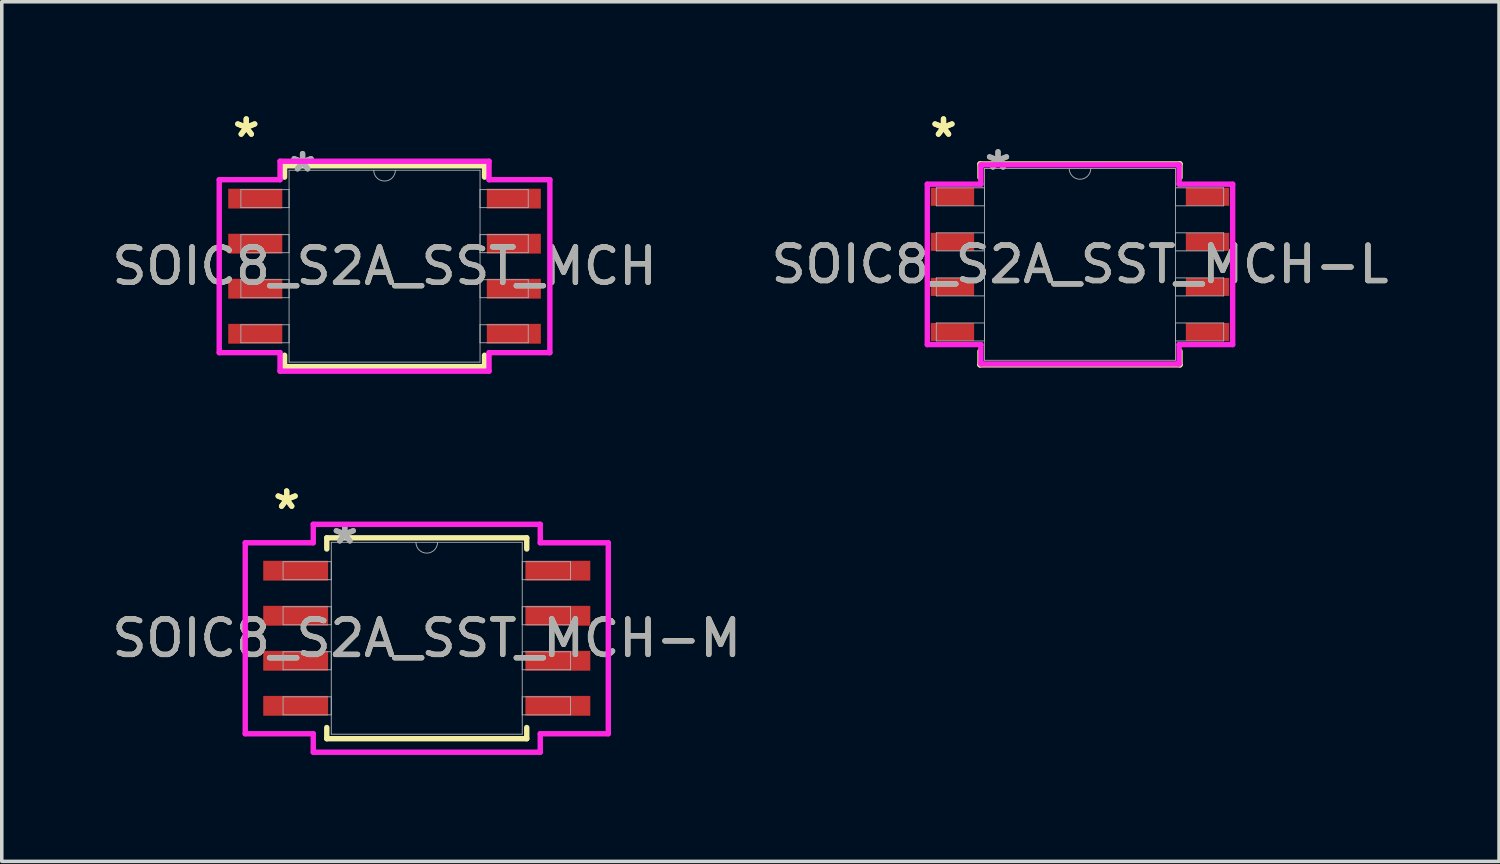
<source format=kicad_pcb>
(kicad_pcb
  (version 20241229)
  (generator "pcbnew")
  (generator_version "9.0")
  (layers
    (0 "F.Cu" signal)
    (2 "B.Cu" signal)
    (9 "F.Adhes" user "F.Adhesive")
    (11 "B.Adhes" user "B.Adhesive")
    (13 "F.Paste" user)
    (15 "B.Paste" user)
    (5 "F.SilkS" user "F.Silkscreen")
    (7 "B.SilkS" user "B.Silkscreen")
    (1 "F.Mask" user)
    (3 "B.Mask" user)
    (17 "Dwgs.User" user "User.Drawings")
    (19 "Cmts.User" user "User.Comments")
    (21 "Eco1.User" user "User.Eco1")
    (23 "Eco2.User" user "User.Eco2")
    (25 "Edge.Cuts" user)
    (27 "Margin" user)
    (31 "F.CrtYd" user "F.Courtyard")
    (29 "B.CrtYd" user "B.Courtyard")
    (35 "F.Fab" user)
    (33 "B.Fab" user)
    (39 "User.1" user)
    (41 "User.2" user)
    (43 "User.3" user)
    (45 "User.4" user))
  (footprint "SOIC8_S2A_SST_MCH-M"
    (layer "F.Cu")
    (at 8.982 14.945)
    (property "Reference" "SOIC8_S2A_SST_MCH-M" (at 0 0 0) (unlocked yes) (layer "F.SilkS") (effects (font (size 1 1) (thickness 0.15))))
    (attr smd)
    (fp_line (start -2.819 -2.832) (end -2.819 -2.517) (stroke (width 0.152) (type solid)) (layer "F.SilkS"))
    (fp_line (start -2.819 2.517) (end -2.819 2.832) (stroke (width 0.152) (type solid)) (layer "F.SilkS"))
    (fp_line (start -2.819 2.832) (end 2.819 2.832) (stroke (width 0.152) (type solid)) (layer "F.SilkS"))
    (fp_line (start 2.819 -2.832) (end -2.819 -2.832) (stroke (width 0.152) (type solid)) (layer "F.SilkS"))
    (fp_line (start 2.819 -2.517) (end 2.819 -2.832) (stroke (width 0.152) (type solid)) (layer "F.SilkS"))
    (fp_line (start 2.819 2.832) (end 2.819 2.517) (stroke (width 0.152) (type solid)) (layer "F.SilkS"))
    (fp_line (start -5.118 -2.692) (end -3.2 -2.692) (stroke (width 0.152) (type solid)) (layer "F.CrtYd"))
    (fp_line (start -5.118 2.692) (end -5.118 -2.692) (stroke (width 0.152) (type solid)) (layer "F.CrtYd"))
    (fp_line (start -5.118 2.692) (end -3.2 2.692) (stroke (width 0.152) (type solid)) (layer "F.CrtYd"))
    (fp_line (start -3.2 -3.213) (end 3.2 -3.213) (stroke (width 0.152) (type solid)) (layer "F.CrtYd"))
    (fp_line (start -3.2 -2.692) (end -3.2 -3.213) (stroke (width 0.152) (type solid)) (layer "F.CrtYd"))
    (fp_line (start -3.2 3.213) (end -3.2 2.692) (stroke (width 0.152) (type solid)) (layer "F.CrtYd"))
    (fp_line (start 3.2 -3.213) (end 3.2 -2.692) (stroke (width 0.152) (type solid)) (layer "F.CrtYd"))
    (fp_line (start 3.2 2.692) (end 3.2 3.213) (stroke (width 0.152) (type solid)) (layer "F.CrtYd"))
    (fp_line (start 3.2 3.213) (end -3.2 3.213) (stroke (width 0.152) (type solid)) (layer "F.CrtYd"))
    (fp_line (start 5.118 -2.692) (end 3.2 -2.692) (stroke (width 0.152) (type solid)) (layer "F.CrtYd"))
    (fp_line (start 5.118 -2.692) (end 5.118 2.692) (stroke (width 0.152) (type solid)) (layer "F.CrtYd"))
    (fp_line (start 5.118 2.692) (end 3.2 2.692) (stroke (width 0.152) (type solid)) (layer "F.CrtYd"))
    (fp_line (start -4.051 -2.159) (end -4.051 -1.651) (stroke (width 0.025) (type solid)) (layer "F.Fab"))
    (fp_line (start -4.051 -1.651) (end -2.692 -1.651) (stroke (width 0.025) (type solid)) (layer "F.Fab"))
    (fp_line (start -4.051 -0.889) (end -4.051 -0.381) (stroke (width 0.025) (type solid)) (layer "F.Fab"))
    (fp_line (start -4.051 -0.381) (end -2.692 -0.381) (stroke (width 0.025) (type solid)) (layer "F.Fab"))
    (fp_line (start -4.051 0.381) (end -4.051 0.889) (stroke (width 0.025) (type solid)) (layer "F.Fab"))
    (fp_line (start -4.051 0.889) (end -2.692 0.889) (stroke (width 0.025) (type solid)) (layer "F.Fab"))
    (fp_line (start -4.051 1.651) (end -4.051 2.159) (stroke (width 0.025) (type solid)) (layer "F.Fab"))
    (fp_line (start -4.051 2.159) (end -2.692 2.159) (stroke (width 0.025) (type solid)) (layer "F.Fab"))
    (fp_line (start -2.692 -2.705) (end -2.692 2.705) (stroke (width 0.025) (type solid)) (layer "F.Fab"))
    (fp_line (start -2.692 -2.159) (end -4.051 -2.159) (stroke (width 0.025) (type solid)) (layer "F.Fab"))
    (fp_line (start -2.692 -1.651) (end -2.692 -2.159) (stroke (width 0.025) (type solid)) (layer "F.Fab"))
    (fp_line (start -2.692 -0.889) (end -4.051 -0.889) (stroke (width 0.025) (type solid)) (layer "F.Fab"))
    (fp_line (start -2.692 -0.381) (end -2.692 -0.889) (stroke (width 0.025) (type solid)) (layer "F.Fab"))
    (fp_line (start -2.692 0.381) (end -4.051 0.381) (stroke (width 0.025) (type solid)) (layer "F.Fab"))
    (fp_line (start -2.692 0.889) (end -2.692 0.381) (stroke (width 0.025) (type solid)) (layer "F.Fab"))
    (fp_line (start -2.692 1.651) (end -4.051 1.651) (stroke (width 0.025) (type solid)) (layer "F.Fab"))
    (fp_line (start -2.692 2.159) (end -2.692 1.651) (stroke (width 0.025) (type solid)) (layer "F.Fab"))
    (fp_line (start -2.692 2.705) (end 2.692 2.705) (stroke (width 0.025) (type solid)) (layer "F.Fab"))
    (fp_line (start 2.692 -2.705) (end -2.692 -2.705) (stroke (width 0.025) (type solid)) (layer "F.Fab"))
    (fp_line (start 2.692 -2.159) (end 2.692 -1.651) (stroke (width 0.025) (type solid)) (layer "F.Fab"))
    (fp_line (start 2.692 -1.651) (end 4.051 -1.651) (stroke (width 0.025) (type solid)) (layer "F.Fab"))
    (fp_line (start 2.692 -0.889) (end 2.692 -0.381) (stroke (width 0.025) (type solid)) (layer "F.Fab"))
    (fp_line (start 2.692 -0.381) (end 4.051 -0.381) (stroke (width 0.025) (type solid)) (layer "F.Fab"))
    (fp_line (start 2.692 0.381) (end 2.692 0.889) (stroke (width 0.025) (type solid)) (layer "F.Fab"))
    (fp_line (start 2.692 0.889) (end 4.051 0.889) (stroke (width 0.025) (type solid)) (layer "F.Fab"))
    (fp_line (start 2.692 1.651) (end 2.692 2.159) (stroke (width 0.025) (type solid)) (layer "F.Fab"))
    (fp_line (start 2.692 2.159) (end 4.051 2.159) (stroke (width 0.025) (type solid)) (layer "F.Fab"))
    (fp_line (start 2.692 2.705) (end 2.692 -2.705) (stroke (width 0.025) (type solid)) (layer "F.Fab"))
    (fp_line (start 4.051 -2.159) (end 2.692 -2.159) (stroke (width 0.025) (type solid)) (layer "F.Fab"))
    (fp_line (start 4.051 -1.651) (end 4.051 -2.159) (stroke (width 0.025) (type solid)) (layer "F.Fab"))
    (fp_line (start 4.051 -0.889) (end 2.692 -0.889) (stroke (width 0.025) (type solid)) (layer "F.Fab"))
    (fp_line (start 4.051 -0.381) (end 4.051 -0.889) (stroke (width 0.025) (type solid)) (layer "F.Fab"))
    (fp_line (start 4.051 0.381) (end 2.692 0.381) (stroke (width 0.025) (type solid)) (layer "F.Fab"))
    (fp_line (start 4.051 0.889) (end 4.051 0.381) (stroke (width 0.025) (type solid)) (layer "F.Fab"))
    (fp_line (start 4.051 1.651) (end 2.692 1.651) (stroke (width 0.025) (type solid)) (layer "F.Fab"))
    (fp_line (start 4.051 2.159) (end 4.051 1.651) (stroke (width 0.025) (type solid)) (layer "F.Fab"))
    (fp_arc (start 0.3048 -2.7051) (mid 0 -2.4003) (end -0.3048 -2.7051) (stroke (width 0.0254) (type solid)) (layer "F.Fab"))
    (fp_text user "*" (at -3.95 -3.607 0) (layer "F.SilkS") (effects (font (size 1 1) (thickness 0.15))))
    (fp_text user "*" (at -3.95 -3.607 0) (unlocked yes) (layer "F.SilkS") (effects (font (size 1 1) (thickness 0.15))))
    (fp_text user "*" (at -2.311 -2.629 0) (unlocked yes) (layer "F.Fab") (effects (font (size 1 1) (thickness 0.15))))
    (fp_text user "*" (at -2.311 -2.629 0) (layer "F.Fab") (effects (font (size 1 1) (thickness 0.15))))
    (fp_text user "${REFERENCE}" (at 0 0 0) (unlocked yes) (layer "F.Fab") (effects (font (size 1 1) (thickness 0.15))))
    (pad "1" smd rect (at -3.696 -1.905) (size 1.829 0.559) (layers "F.Cu" "F.Mask" "F.Paste"))
    (pad "2" smd rect (at -3.696 -0.635) (size 1.829 0.559) (layers "F.Cu" "F.Mask" "F.Paste"))
    (pad "3" smd rect (at -3.696 0.635) (size 1.829 0.559) (layers "F.Cu" "F.Mask" "F.Paste"))
    (pad "4" smd rect (at -3.696 1.905) (size 1.829 0.559) (layers "F.Cu" "F.Mask" "F.Paste"))
    (pad "5" smd rect (at 3.696 1.905) (size 1.829 0.559) (layers "F.Cu" "F.Mask" "F.Paste"))
    (pad "6" smd rect (at 3.696 0.635) (size 1.829 0.559) (layers "F.Cu" "F.Mask" "F.Paste"))
    (pad "7" smd rect (at 3.696 -0.635) (size 1.829 0.559) (layers "F.Cu" "F.Mask" "F.Paste"))
    (pad "8" smd rect (at 3.696 -1.905) (size 1.829 0.559) (layers "F.Cu" "F.Mask" "F.Paste")))
  (footprint "SOIC8_S2A_SST_MCH-L"
    (layer "F.Cu")
    (at 27.399 4.404)
    (property "Reference" "SOIC8_S2A_SST_MCH-L" (at 0 0 0) (unlocked yes) (layer "F.SilkS") (effects (font (size 1 1) (thickness 0.15))))
    (attr smd)
    (fp_line (start -2.819 -2.832) (end -2.819 -2.448) (stroke (width 0.152) (type solid)) (layer "F.SilkS"))
    (fp_line (start -2.819 2.448) (end -2.819 2.832) (stroke (width 0.152) (type solid)) (layer "F.SilkS"))
    (fp_line (start -2.819 2.832) (end 2.819 2.832) (stroke (width 0.152) (type solid)) (layer "F.SilkS"))
    (fp_line (start 2.819 -2.832) (end -2.819 -2.832) (stroke (width 0.152) (type solid)) (layer "F.SilkS"))
    (fp_line (start 2.819 -2.448) (end 2.819 -2.832) (stroke (width 0.152) (type solid)) (layer "F.SilkS"))
    (fp_line (start 2.819 2.832) (end 2.819 2.448) (stroke (width 0.152) (type solid)) (layer "F.SilkS"))
    (fp_line (start -4.305 -2.261) (end -2.794 -2.261) (stroke (width 0.152) (type solid)) (layer "F.CrtYd"))
    (fp_line (start -4.305 2.261) (end -4.305 -2.261) (stroke (width 0.152) (type solid)) (layer "F.CrtYd"))
    (fp_line (start -4.305 2.261) (end -2.794 2.261) (stroke (width 0.152) (type solid)) (layer "F.CrtYd"))
    (fp_line (start -2.794 -2.807) (end 2.794 -2.807) (stroke (width 0.152) (type solid)) (layer "F.CrtYd"))
    (fp_line (start -2.794 -2.261) (end -2.794 -2.807) (stroke (width 0.152) (type solid)) (layer "F.CrtYd"))
    (fp_line (start -2.794 2.807) (end -2.794 2.261) (stroke (width 0.152) (type solid)) (layer "F.CrtYd"))
    (fp_line (start 2.794 -2.807) (end 2.794 -2.261) (stroke (width 0.152) (type solid)) (layer "F.CrtYd"))
    (fp_line (start 2.794 2.261) (end 2.794 2.807) (stroke (width 0.152) (type solid)) (layer "F.CrtYd"))
    (fp_line (start 2.794 2.807) (end -2.794 2.807) (stroke (width 0.152) (type solid)) (layer "F.CrtYd"))
    (fp_line (start 4.305 -2.261) (end 2.794 -2.261) (stroke (width 0.152) (type solid)) (layer "F.CrtYd"))
    (fp_line (start 4.305 -2.261) (end 4.305 2.261) (stroke (width 0.152) (type solid)) (layer "F.CrtYd"))
    (fp_line (start 4.305 2.261) (end 2.794 2.261) (stroke (width 0.152) (type solid)) (layer "F.CrtYd"))
    (fp_line (start -4.051 -2.159) (end -4.051 -1.651) (stroke (width 0.025) (type solid)) (layer "F.Fab"))
    (fp_line (start -4.051 -1.651) (end -2.692 -1.651) (stroke (width 0.025) (type solid)) (layer "F.Fab"))
    (fp_line (start -4.051 -0.889) (end -4.051 -0.381) (stroke (width 0.025) (type solid)) (layer "F.Fab"))
    (fp_line (start -4.051 -0.381) (end -2.692 -0.381) (stroke (width 0.025) (type solid)) (layer "F.Fab"))
    (fp_line (start -4.051 0.381) (end -4.051 0.889) (stroke (width 0.025) (type solid)) (layer "F.Fab"))
    (fp_line (start -4.051 0.889) (end -2.692 0.889) (stroke (width 0.025) (type solid)) (layer "F.Fab"))
    (fp_line (start -4.051 1.651) (end -4.051 2.159) (stroke (width 0.025) (type solid)) (layer "F.Fab"))
    (fp_line (start -4.051 2.159) (end -2.692 2.159) (stroke (width 0.025) (type solid)) (layer "F.Fab"))
    (fp_line (start -2.692 -2.705) (end -2.692 2.705) (stroke (width 0.025) (type solid)) (layer "F.Fab"))
    (fp_line (start -2.692 -2.159) (end -4.051 -2.159) (stroke (width 0.025) (type solid)) (layer "F.Fab"))
    (fp_line (start -2.692 -1.651) (end -2.692 -2.159) (stroke (width 0.025) (type solid)) (layer "F.Fab"))
    (fp_line (start -2.692 -0.889) (end -4.051 -0.889) (stroke (width 0.025) (type solid)) (layer "F.Fab"))
    (fp_line (start -2.692 -0.381) (end -2.692 -0.889) (stroke (width 0.025) (type solid)) (layer "F.Fab"))
    (fp_line (start -2.692 0.381) (end -4.051 0.381) (stroke (width 0.025) (type solid)) (layer "F.Fab"))
    (fp_line (start -2.692 0.889) (end -2.692 0.381) (stroke (width 0.025) (type solid)) (layer "F.Fab"))
    (fp_line (start -2.692 1.651) (end -4.051 1.651) (stroke (width 0.025) (type solid)) (layer "F.Fab"))
    (fp_line (start -2.692 2.159) (end -2.692 1.651) (stroke (width 0.025) (type solid)) (layer "F.Fab"))
    (fp_line (start -2.692 2.705) (end 2.692 2.705) (stroke (width 0.025) (type solid)) (layer "F.Fab"))
    (fp_line (start 2.692 -2.705) (end -2.692 -2.705) (stroke (width 0.025) (type solid)) (layer "F.Fab"))
    (fp_line (start 2.692 -2.159) (end 2.692 -1.651) (stroke (width 0.025) (type solid)) (layer "F.Fab"))
    (fp_line (start 2.692 -1.651) (end 4.051 -1.651) (stroke (width 0.025) (type solid)) (layer "F.Fab"))
    (fp_line (start 2.692 -0.889) (end 2.692 -0.381) (stroke (width 0.025) (type solid)) (layer "F.Fab"))
    (fp_line (start 2.692 -0.381) (end 4.051 -0.381) (stroke (width 0.025) (type solid)) (layer "F.Fab"))
    (fp_line (start 2.692 0.381) (end 2.692 0.889) (stroke (width 0.025) (type solid)) (layer "F.Fab"))
    (fp_line (start 2.692 0.889) (end 4.051 0.889) (stroke (width 0.025) (type solid)) (layer "F.Fab"))
    (fp_line (start 2.692 1.651) (end 2.692 2.159) (stroke (width 0.025) (type solid)) (layer "F.Fab"))
    (fp_line (start 2.692 2.159) (end 4.051 2.159) (stroke (width 0.025) (type solid)) (layer "F.Fab"))
    (fp_line (start 2.692 2.705) (end 2.692 -2.705) (stroke (width 0.025) (type solid)) (layer "F.Fab"))
    (fp_line (start 4.051 -2.159) (end 2.692 -2.159) (stroke (width 0.025) (type solid)) (layer "F.Fab"))
    (fp_line (start 4.051 -1.651) (end 4.051 -2.159) (stroke (width 0.025) (type solid)) (layer "F.Fab"))
    (fp_line (start 4.051 -0.889) (end 2.692 -0.889) (stroke (width 0.025) (type solid)) (layer "F.Fab"))
    (fp_line (start 4.051 -0.381) (end 4.051 -0.889) (stroke (width 0.025) (type solid)) (layer "F.Fab"))
    (fp_line (start 4.051 0.381) (end 2.692 0.381) (stroke (width 0.025) (type solid)) (layer "F.Fab"))
    (fp_line (start 4.051 0.889) (end 4.051 0.381) (stroke (width 0.025) (type solid)) (layer "F.Fab"))
    (fp_line (start 4.051 1.651) (end 2.692 1.651) (stroke (width 0.025) (type solid)) (layer "F.Fab"))
    (fp_line (start 4.051 2.159) (end 4.051 1.651) (stroke (width 0.025) (type solid)) (layer "F.Fab"))
    (fp_arc (start 0.3048 -2.7051) (mid 0 -2.4003) (end -0.3048 -2.7051) (stroke (width 0.0254) (type solid)) (layer "F.Fab"))
    (fp_text user "*" (at -3.848 -3.556 0) (layer "F.SilkS") (effects (font (size 1 1) (thickness 0.15))))
    (fp_text user "*" (at -3.848 -3.556 0) (unlocked yes) (layer "F.SilkS") (effects (font (size 1 1) (thickness 0.15))))
    (fp_text user "*" (at -2.311 -2.629 0) (layer "F.Fab") (effects (font (size 1 1) (thickness 0.15))))
    (fp_text user "*" (at -2.311 -2.629 0) (unlocked yes) (layer "F.Fab") (effects (font (size 1 1) (thickness 0.15))))
    (fp_text user "${REFERENCE}" (at 0 0 0) (unlocked yes) (layer "F.Fab") (effects (font (size 1 1) (thickness 0.15))))
    (pad "1" smd rect (at -3.594 -1.905) (size 1.219 0.508) (layers "F.Cu" "F.Mask" "F.Paste"))
    (pad "2" smd rect (at -3.594 -0.635) (size 1.219 0.508) (layers "F.Cu" "F.Mask" "F.Paste"))
    (pad "3" smd rect (at -3.594 0.635) (size 1.219 0.508) (layers "F.Cu" "F.Mask" "F.Paste"))
    (pad "4" smd rect (at -3.594 1.905) (size 1.219 0.508) (layers "F.Cu" "F.Mask" "F.Paste"))
    (pad "5" smd rect (at 3.594 1.905) (size 1.219 0.508) (layers "F.Cu" "F.Mask" "F.Paste"))
    (pad "6" smd rect (at 3.594 0.635) (size 1.219 0.508) (layers "F.Cu" "F.Mask" "F.Paste"))
    (pad "7" smd rect (at 3.594 -0.635) (size 1.219 0.508) (layers "F.Cu" "F.Mask" "F.Paste"))
    (pad "8" smd rect (at 3.594 -1.905) (size 1.219 0.508) (layers "F.Cu" "F.Mask" "F.Paste")))
  (footprint "SOIC8_S2A_SST_MCH"
    (layer "F.Cu")
    (at 7.792 4.455)
    (property "Reference" "SOIC8_S2A_SST_MCH" (at 0 0 0) (unlocked yes) (layer "F.SilkS") (effects (font (size 1 1) (thickness 0.15))))
    (attr smd)
    (fp_line (start -2.819 -2.832) (end -2.819 -2.511) (stroke (width 0.152) (type solid)) (layer "F.SilkS"))
    (fp_line (start -2.819 2.511) (end -2.819 2.832) (stroke (width 0.152) (type solid)) (layer "F.SilkS"))
    (fp_line (start -2.819 2.832) (end 2.819 2.832) (stroke (width 0.152) (type solid)) (layer "F.SilkS"))
    (fp_line (start 2.819 -2.832) (end -2.819 -2.832) (stroke (width 0.152) (type solid)) (layer "F.SilkS"))
    (fp_line (start 2.819 -2.511) (end 2.819 -2.832) (stroke (width 0.152) (type solid)) (layer "F.SilkS"))
    (fp_line (start 2.819 2.832) (end 2.819 2.511) (stroke (width 0.152) (type solid)) (layer "F.SilkS"))
    (fp_line (start -4.661 -2.438) (end -2.946 -2.438) (stroke (width 0.152) (type solid)) (layer "F.CrtYd"))
    (fp_line (start -4.661 2.438) (end -4.661 -2.438) (stroke (width 0.152) (type solid)) (layer "F.CrtYd"))
    (fp_line (start -4.661 2.438) (end -2.946 2.438) (stroke (width 0.152) (type solid)) (layer "F.CrtYd"))
    (fp_line (start -2.946 -2.959) (end 2.946 -2.959) (stroke (width 0.152) (type solid)) (layer "F.CrtYd"))
    (fp_line (start -2.946 -2.438) (end -2.946 -2.959) (stroke (width 0.152) (type solid)) (layer "F.CrtYd"))
    (fp_line (start -2.946 2.959) (end -2.946 2.438) (stroke (width 0.152) (type solid)) (layer "F.CrtYd"))
    (fp_line (start 2.946 -2.959) (end 2.946 -2.438) (stroke (width 0.152) (type solid)) (layer "F.CrtYd"))
    (fp_line (start 2.946 2.438) (end 2.946 2.959) (stroke (width 0.152) (type solid)) (layer "F.CrtYd"))
    (fp_line (start 2.946 2.959) (end -2.946 2.959) (stroke (width 0.152) (type solid)) (layer "F.CrtYd"))
    (fp_line (start 4.661 -2.438) (end 2.946 -2.438) (stroke (width 0.152) (type solid)) (layer "F.CrtYd"))
    (fp_line (start 4.661 -2.438) (end 4.661 2.438) (stroke (width 0.152) (type solid)) (layer "F.CrtYd"))
    (fp_line (start 4.661 2.438) (end 2.946 2.438) (stroke (width 0.152) (type solid)) (layer "F.CrtYd"))
    (fp_line (start -4.051 -2.159) (end -4.051 -1.651) (stroke (width 0.025) (type solid)) (layer "F.Fab"))
    (fp_line (start -4.051 -1.651) (end -2.692 -1.651) (stroke (width 0.025) (type solid)) (layer "F.Fab"))
    (fp_line (start -4.051 -0.889) (end -4.051 -0.381) (stroke (width 0.025) (type solid)) (layer "F.Fab"))
    (fp_line (start -4.051 -0.381) (end -2.692 -0.381) (stroke (width 0.025) (type solid)) (layer "F.Fab"))
    (fp_line (start -4.051 0.381) (end -4.051 0.889) (stroke (width 0.025) (type solid)) (layer "F.Fab"))
    (fp_line (start -4.051 0.889) (end -2.692 0.889) (stroke (width 0.025) (type solid)) (layer "F.Fab"))
    (fp_line (start -4.051 1.651) (end -4.051 2.159) (stroke (width 0.025) (type solid)) (layer "F.Fab"))
    (fp_line (start -4.051 2.159) (end -2.692 2.159) (stroke (width 0.025) (type solid)) (layer "F.Fab"))
    (fp_line (start -2.692 -2.705) (end -2.692 2.705) (stroke (width 0.025) (type solid)) (layer "F.Fab"))
    (fp_line (start -2.692 -2.159) (end -4.051 -2.159) (stroke (width 0.025) (type solid)) (layer "F.Fab"))
    (fp_line (start -2.692 -1.651) (end -2.692 -2.159) (stroke (width 0.025) (type solid)) (layer "F.Fab"))
    (fp_line (start -2.692 -0.889) (end -4.051 -0.889) (stroke (width 0.025) (type solid)) (layer "F.Fab"))
    (fp_line (start -2.692 -0.381) (end -2.692 -0.889) (stroke (width 0.025) (type solid)) (layer "F.Fab"))
    (fp_line (start -2.692 0.381) (end -4.051 0.381) (stroke (width 0.025) (type solid)) (layer "F.Fab"))
    (fp_line (start -2.692 0.889) (end -2.692 0.381) (stroke (width 0.025) (type solid)) (layer "F.Fab"))
    (fp_line (start -2.692 1.651) (end -4.051 1.651) (stroke (width 0.025) (type solid)) (layer "F.Fab"))
    (fp_line (start -2.692 2.159) (end -2.692 1.651) (stroke (width 0.025) (type solid)) (layer "F.Fab"))
    (fp_line (start -2.692 2.705) (end 2.692 2.705) (stroke (width 0.025) (type solid)) (layer "F.Fab"))
    (fp_line (start 2.692 -2.705) (end -2.692 -2.705) (stroke (width 0.025) (type solid)) (layer "F.Fab"))
    (fp_line (start 2.692 -2.159) (end 2.692 -1.651) (stroke (width 0.025) (type solid)) (layer "F.Fab"))
    (fp_line (start 2.692 -1.651) (end 4.051 -1.651) (stroke (width 0.025) (type solid)) (layer "F.Fab"))
    (fp_line (start 2.692 -0.889) (end 2.692 -0.381) (stroke (width 0.025) (type solid)) (layer "F.Fab"))
    (fp_line (start 2.692 -0.381) (end 4.051 -0.381) (stroke (width 0.025) (type solid)) (layer "F.Fab"))
    (fp_line (start 2.692 0.381) (end 2.692 0.889) (stroke (width 0.025) (type solid)) (layer "F.Fab"))
    (fp_line (start 2.692 0.889) (end 4.051 0.889) (stroke (width 0.025) (type solid)) (layer "F.Fab"))
    (fp_line (start 2.692 1.651) (end 2.692 2.159) (stroke (width 0.025) (type solid)) (layer "F.Fab"))
    (fp_line (start 2.692 2.159) (end 4.051 2.159) (stroke (width 0.025) (type solid)) (layer "F.Fab"))
    (fp_line (start 2.692 2.705) (end 2.692 -2.705) (stroke (width 0.025) (type solid)) (layer "F.Fab"))
    (fp_line (start 4.051 -2.159) (end 2.692 -2.159) (stroke (width 0.025) (type solid)) (layer "F.Fab"))
    (fp_line (start 4.051 -1.651) (end 4.051 -2.159) (stroke (width 0.025) (type solid)) (layer "F.Fab"))
    (fp_line (start 4.051 -0.889) (end 2.692 -0.889) (stroke (width 0.025) (type solid)) (layer "F.Fab"))
    (fp_line (start 4.051 -0.381) (end 4.051 -0.889) (stroke (width 0.025) (type solid)) (layer "F.Fab"))
    (fp_line (start 4.051 0.381) (end 2.692 0.381) (stroke (width 0.025) (type solid)) (layer "F.Fab"))
    (fp_line (start 4.051 0.889) (end 4.051 0.381) (stroke (width 0.025) (type solid)) (layer "F.Fab"))
    (fp_line (start 4.051 1.651) (end 2.692 1.651) (stroke (width 0.025) (type solid)) (layer "F.Fab"))
    (fp_line (start 4.051 2.159) (end 4.051 1.651) (stroke (width 0.025) (type solid)) (layer "F.Fab"))
    (fp_arc (start 0.3048 -2.7051) (mid 0 -2.4003) (end -0.3048 -2.7051) (stroke (width 0.0254) (type solid)) (layer "F.Fab"))
    (fp_text user "*" (at -3.899 -3.607 0) (unlocked yes) (layer "F.SilkS") (effects (font (size 1 1) (thickness 0.15))))
    (fp_text user "*" (at -3.899 -3.607 0) (layer "F.SilkS") (effects (font (size 1 1) (thickness 0.15))))
    (fp_text user "${REFERENCE}" (at 0 0 0) (unlocked yes) (layer "F.Fab") (effects (font (size 1 1) (thickness 0.15))))
    (fp_text user "*" (at -2.311 -2.629 0) (layer "F.Fab") (effects (font (size 1 1) (thickness 0.15))))
    (fp_text user "*" (at -2.311 -2.629 0) (unlocked yes) (layer "F.Fab") (effects (font (size 1 1) (thickness 0.15))))
    (pad "1" smd rect (at -3.645 -1.905) (size 1.524 0.559) (layers "F.Cu" "F.Mask" "F.Paste"))
    (pad "2" smd rect (at -3.645 -0.635) (size 1.524 0.559) (layers "F.Cu" "F.Mask" "F.Paste"))
    (pad "3" smd rect (at -3.645 0.635) (size 1.524 0.559) (layers "F.Cu" "F.Mask" "F.Paste"))
    (pad "4" smd rect (at -3.645 1.905) (size 1.524 0.559) (layers "F.Cu" "F.Mask" "F.Paste"))
    (pad "5" smd rect (at 3.645 1.905) (size 1.524 0.559) (layers "F.Cu" "F.Mask" "F.Paste"))
    (pad "6" smd rect (at 3.645 0.635) (size 1.524 0.559) (layers "F.Cu" "F.Mask" "F.Paste"))
    (pad "7" smd rect (at 3.645 -0.635) (size 1.524 0.559) (layers "F.Cu" "F.Mask" "F.Paste"))
    (pad "8" smd rect (at 3.645 -1.905) (size 1.524 0.559) (layers "F.Cu" "F.Mask" "F.Paste")))
  (gr_rect
    (start -3 -3)
    (end 39.214 21.235)
    (stroke (width 0.1) (type default))
    (fill no)
    (layer "Edge.Cuts")))
</source>
